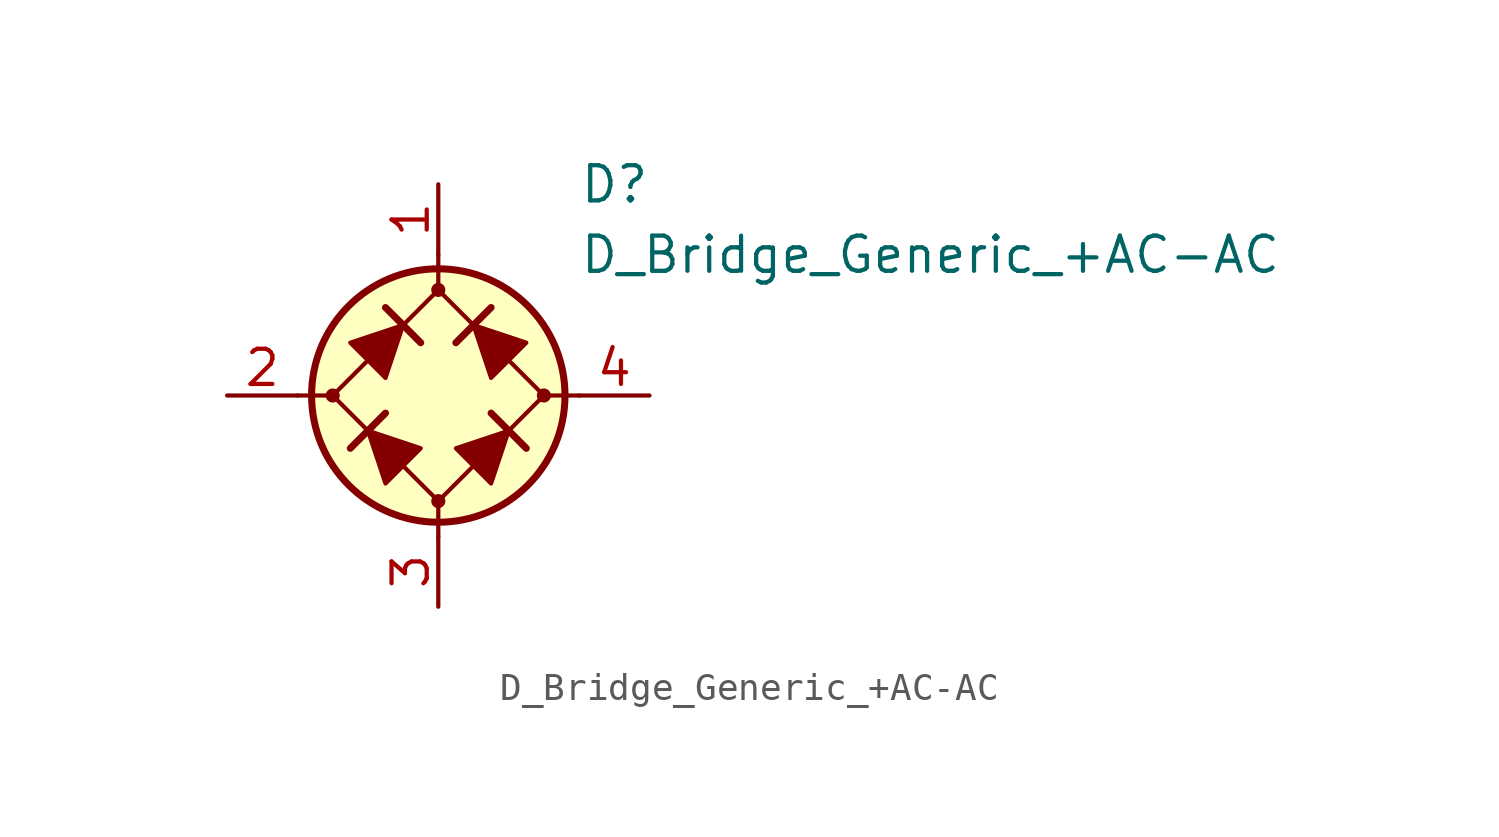
<source format=kicad_sym>
(kicad_symbol_lib
  (version 20231120)
  (generator "kicad_symbol_editor")
  (generator_version "8.0")
  (symbol "D_Bridge_Generic_+AC-AC"
    (pin_names
      (offset 1.016) hide)
    (property "Reference" "D"
      (at 5.08 7.62 0)
      (effects (font (size 1.27 1.27)) (justify left)))
    (property "Value" "D_Bridge_Generic_+AC-AC"
      (at 5.08 5.08 0)
      (effects (font (size 1.27 1.27)) (justify left)))
    (symbol "D_Bridge_Generic_+AC-AC_0_1"
      (circle (center -3.81 0) (radius 0.178) (stroke (width 0) (type default)) (fill (type outline)))
      (polyline (pts (xy -5.08 0) (xy -3.81 0)) (stroke (width 0) (type default)) (fill (type none)))
      (polyline (pts (xy -1.905 -0.635) (xy -3.175 -1.905)) (stroke (width 0.254) (type default)) (fill (type none)))
      (polyline (pts (xy -1.905 3.175) (xy -0.635 1.905)) (stroke (width 0.254) (type default)) (fill (type none)))
      (polyline (pts (xy 0 -5.08) (xy 0 -3.81)) (stroke (width 0) (type default)) (fill (type none)))
      (polyline (pts (xy 0 5.08) (xy 0 3.81)) (stroke (width 0) (type default)) (fill (type none)))
      (polyline (pts (xy 1.905 3.175) (xy 0.635 1.905)) (stroke (width 0.254) (type default)) (fill (type none)))
      (polyline (pts (xy 3.175 -1.905) (xy 1.905 -0.635)) (stroke (width 0.254) (type default)) (fill (type none)))
      (polyline (pts (xy 5.08 0) (xy 3.81 0)) (stroke (width 0) (type default)) (fill (type none)))
      (polyline (pts (xy -2.54 -1.27) (xy -1.905 -3.175) (xy -0.635 -1.905) (xy -2.54 -1.27)) (stroke (width 0) (type default)) (fill (type outline)))
      (polyline (pts (xy -1.27 2.54) (xy -1.905 0.635) (xy -3.175 1.905) (xy -1.27 2.54)) (stroke (width 0) (type default)) (fill (type outline)))
      (polyline (pts (xy 1.27 2.54) (xy 3.175 1.905) (xy 1.905 0.635) (xy 1.27 2.54)) (stroke (width 0) (type default)) (fill (type outline)))
      (polyline (pts (xy 2.54 -1.27) (xy 0.635 -1.905) (xy 1.905 -3.175) (xy 2.54 -1.27)) (stroke (width 0) (type default)) (fill (type outline)))
      (polyline (pts (xy 0 3.81) (xy -3.81 0) (xy 0 -3.81) (xy 3.81 0) (xy 0 3.81)) (stroke (width 0) (type default)) (fill (type none)))
      (circle (center 0 0) (radius 4.572) (stroke (width 0.254) (type default)) (fill (type background))))
    (symbol "D_Bridge_Generic_+AC-AC_1_1"
      (circle (center 0 -3.81) (radius 0.178) (stroke (width 0) (type default)) (fill (type outline)))
      (circle (center 0 3.81) (radius 0.178) (stroke (width 0) (type default)) (fill (type outline)))
      (circle (center 3.81 0) (radius 0.178) (stroke (width 0) (type default)) (fill (type outline)))
      (pin passive line (at 0 7.62 270) (length 2.54) (name "+" (effects (font (size 1.27 1.27)))) (number "1" (effects (font (size 1.27 1.27)))))
      (pin passive line (at -7.62 0 0) (length 2.54) (name "1" (effects (font (size 1.27 1.27)))) (number "2" (effects (font (size 1.27 1.27)))))
      (pin passive line (at 0 -7.62 90) (length 2.54) (name "-" (effects (font (size 1.27 1.27)))) (number "3" (effects (font (size 1.27 1.27)))))
      (pin passive line (at 7.62 0 180) (length 2.54) (name "2" (effects (font (size 1.27 1.27)))) (number "4" (effects (font (size 1.27 1.27))))))))
</source>
